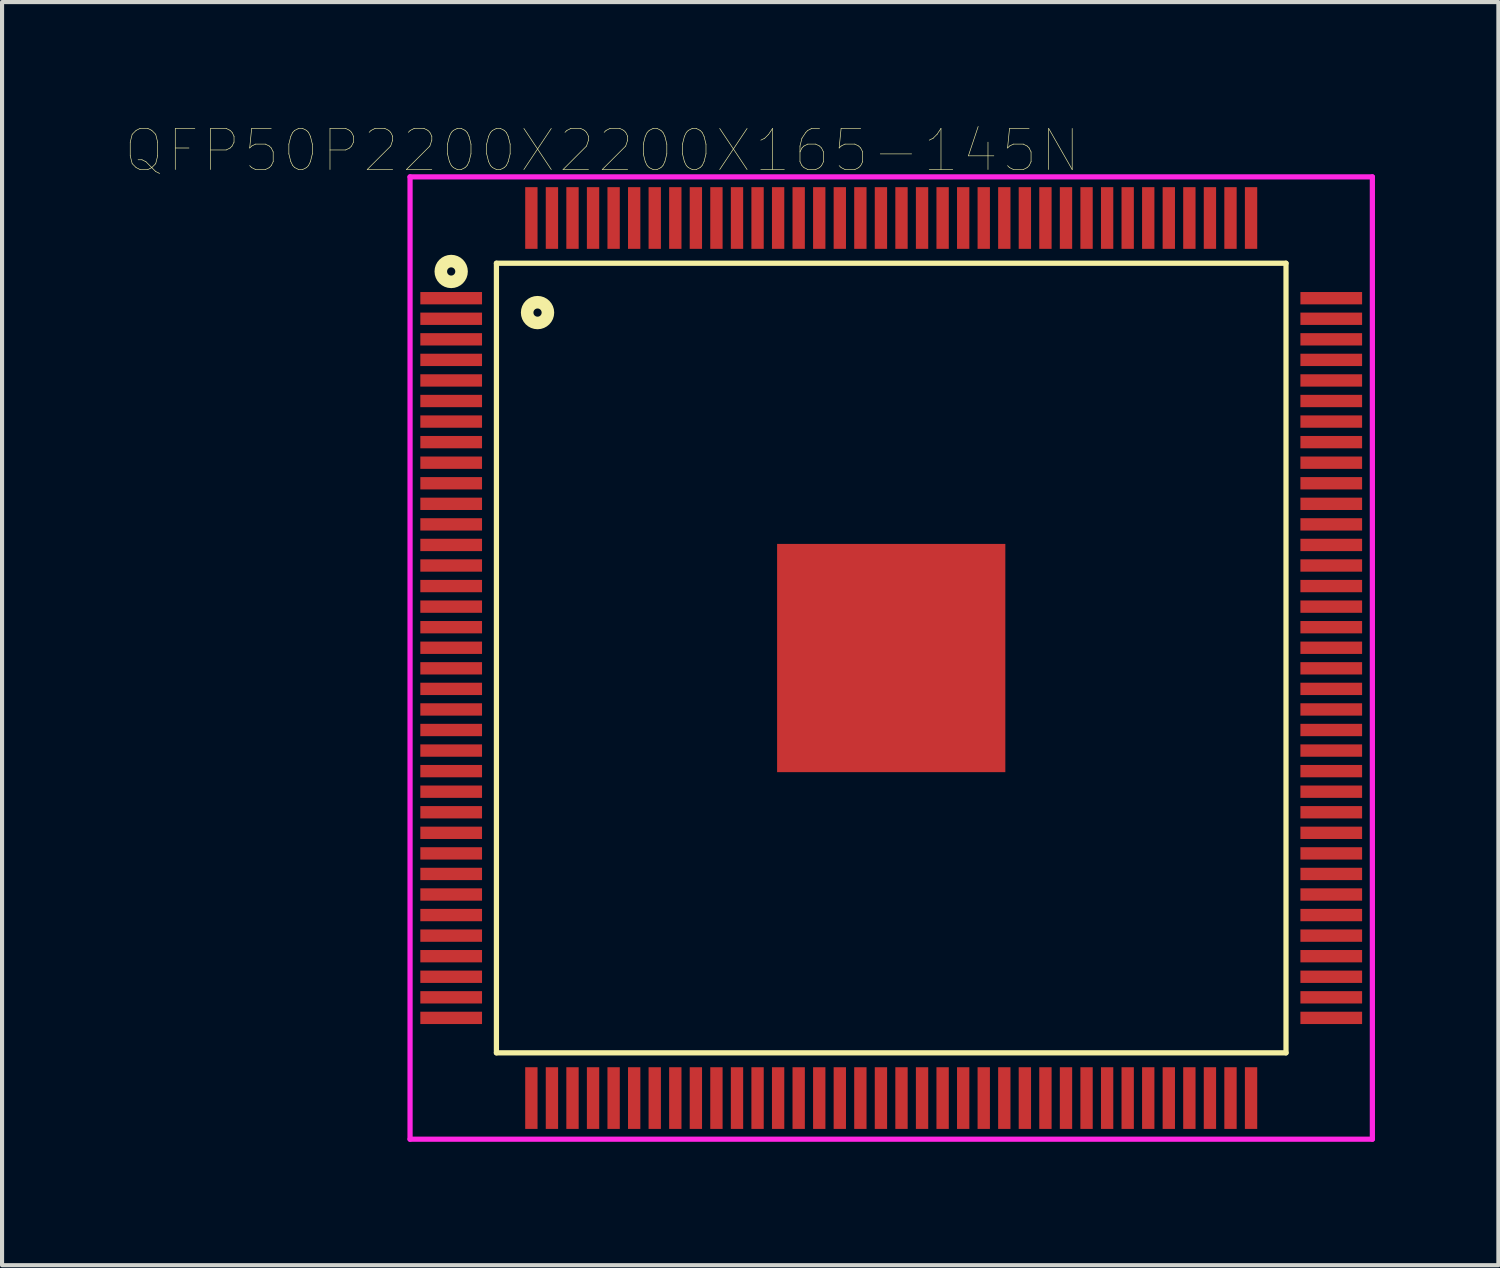
<source format=kicad_pcb>
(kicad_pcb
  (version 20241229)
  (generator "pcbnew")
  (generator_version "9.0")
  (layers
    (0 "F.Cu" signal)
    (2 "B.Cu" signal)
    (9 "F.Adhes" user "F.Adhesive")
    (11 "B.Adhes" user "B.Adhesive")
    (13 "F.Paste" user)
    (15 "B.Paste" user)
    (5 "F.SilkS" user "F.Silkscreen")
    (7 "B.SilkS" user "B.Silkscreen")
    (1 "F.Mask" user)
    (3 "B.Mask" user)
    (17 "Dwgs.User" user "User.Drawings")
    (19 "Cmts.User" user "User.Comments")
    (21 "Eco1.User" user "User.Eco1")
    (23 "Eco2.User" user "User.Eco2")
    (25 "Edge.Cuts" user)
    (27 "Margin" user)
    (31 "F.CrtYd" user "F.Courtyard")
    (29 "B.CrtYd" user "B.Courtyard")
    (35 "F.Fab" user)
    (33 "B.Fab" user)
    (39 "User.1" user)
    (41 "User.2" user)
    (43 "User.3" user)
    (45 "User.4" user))
  (footprint "QFP50P2200X2200X165-145N"
    (layer "F.Cu")
    (at 18.621 12.951)
    (property "Reference" "QFP50P2200X2200X165-145N" (at -7.028 -12.34 0) (layer "F.SilkS") (effects (font (size 1 1) (thickness 0.015))))
    (attr through_hole)
    (fp_line (start -9.6 -9.6) (end 9.6 -9.6) (stroke (width 0.127) (type solid)) (layer "F.SilkS"))
    (fp_line (start -9.6 9.6) (end -9.6 -9.6) (stroke (width 0.127) (type solid)) (layer "F.SilkS"))
    (fp_line (start 9.6 -9.6) (end 9.6 9.6) (stroke (width 0.127) (type solid)) (layer "F.SilkS"))
    (fp_line (start 9.6 9.6) (end -9.6 9.6) (stroke (width 0.127) (type solid)) (layer "F.SilkS"))
    (fp_circle (center -10.7 -9.4) (end -10.6 -9.4) (stroke (width 0.305) (type solid)) (fill no) (layer "F.SilkS"))
    (fp_circle (center -8.6 -8.4) (end -8.5 -8.4) (stroke (width 0.305) (type solid)) (fill no) (layer "F.SilkS"))
    (fp_circle (center -8.6 -8.4) (end -8.376 -8.4) (stroke (width 0.127) (type solid)) (fill no) (layer "F.SilkS"))
    (fp_circle (center -8.6 -8.4) (end -8.284 -8.4) (stroke (width 0.127) (type solid)) (fill no) (layer "F.SilkS"))
    (fp_poly (pts (xy -2.064 0.3) (xy -0.3 0.3) (xy -0.3 2.064) (xy -2.064 2.064)) (stroke (width 0.01) (type solid)) (fill yes) (layer "F.Paste"))
    (fp_poly (pts (xy -2.063 -2.06) (xy -0.3 -2.06) (xy -0.3 -0.3) (xy -2.063 -0.3)) (stroke (width 0.01) (type solid)) (fill yes) (layer "F.Paste"))
    (fp_poly (pts (xy 0.3 -2.06) (xy 2.06 -2.06) (xy 2.06 -0.3) (xy 0.3 -0.3)) (stroke (width 0.01) (type solid)) (fill yes) (layer "F.Paste"))
    (fp_poly (pts (xy 0.3 0.3) (xy 2.06 0.3) (xy 2.06 2.063) (xy 0.3 2.063)) (stroke (width 0.01) (type solid)) (fill yes) (layer "F.Paste"))
    (fp_line (start -11.7 -11.7) (end 11.7 -11.7) (stroke (width 0.127) (type solid)) (layer "F.CrtYd"))
    (fp_line (start -11.7 11.7) (end -11.7 -11.7) (stroke (width 0.127) (type solid)) (layer "F.CrtYd"))
    (fp_line (start 11.7 -11.7) (end 11.7 11.7) (stroke (width 0.127) (type solid)) (layer "F.CrtYd"))
    (fp_line (start 11.7 11.7) (end -11.7 11.7) (stroke (width 0.127) (type solid)) (layer "F.CrtYd"))
    (pad "1" smd rect (at -10.7 -8.75) (size 1.5 0.3) (layers "F.Cu" "F.Mask" "F.Paste"))
    (pad "2" smd rect (at -10.7 -8.25) (size 1.5 0.3) (layers "F.Cu" "F.Mask" "F.Paste"))
    (pad "3" smd rect (at -10.7 -7.75) (size 1.5 0.3) (layers "F.Cu" "F.Mask" "F.Paste"))
    (pad "4" smd rect (at -10.7 -7.25) (size 1.5 0.3) (layers "F.Cu" "F.Mask" "F.Paste"))
    (pad "5" smd rect (at -10.7 -6.75) (size 1.5 0.3) (layers "F.Cu" "F.Mask" "F.Paste"))
    (pad "6" smd rect (at -10.7 -6.25) (size 1.5 0.3) (layers "F.Cu" "F.Mask" "F.Paste"))
    (pad "7" smd rect (at -10.7 -5.75) (size 1.5 0.3) (layers "F.Cu" "F.Mask" "F.Paste"))
    (pad "8" smd rect (at -10.7 -5.25) (size 1.5 0.3) (layers "F.Cu" "F.Mask" "F.Paste"))
    (pad "9" smd rect (at -10.7 -4.75) (size 1.5 0.3) (layers "F.Cu" "F.Mask" "F.Paste"))
    (pad "10" smd rect (at -10.7 -4.25) (size 1.5 0.3) (layers "F.Cu" "F.Mask" "F.Paste"))
    (pad "11" smd rect (at -10.7 -3.75) (size 1.5 0.3) (layers "F.Cu" "F.Mask" "F.Paste"))
    (pad "12" smd rect (at -10.7 -3.25) (size 1.5 0.3) (layers "F.Cu" "F.Mask" "F.Paste"))
    (pad "13" smd rect (at -10.7 -2.75) (size 1.5 0.3) (layers "F.Cu" "F.Mask" "F.Paste"))
    (pad "14" smd rect (at -10.7 -2.25) (size 1.5 0.3) (layers "F.Cu" "F.Mask" "F.Paste"))
    (pad "15" smd rect (at -10.7 -1.75) (size 1.5 0.3) (layers "F.Cu" "F.Mask" "F.Paste"))
    (pad "16" smd rect (at -10.7 -1.25) (size 1.5 0.3) (layers "F.Cu" "F.Mask" "F.Paste"))
    (pad "17" smd rect (at -10.7 -0.75) (size 1.5 0.3) (layers "F.Cu" "F.Mask" "F.Paste"))
    (pad "18" smd rect (at -10.7 -0.25) (size 1.5 0.3) (layers "F.Cu" "F.Mask" "F.Paste"))
    (pad "19" smd rect (at -10.7 0.25) (size 1.5 0.3) (layers "F.Cu" "F.Mask" "F.Paste"))
    (pad "20" smd rect (at -10.7 0.75) (size 1.5 0.3) (layers "F.Cu" "F.Mask" "F.Paste"))
    (pad "21" smd rect (at -10.7 1.25) (size 1.5 0.3) (layers "F.Cu" "F.Mask" "F.Paste"))
    (pad "22" smd rect (at -10.7 1.75) (size 1.5 0.3) (layers "F.Cu" "F.Mask" "F.Paste"))
    (pad "23" smd rect (at -10.7 2.25) (size 1.5 0.3) (layers "F.Cu" "F.Mask" "F.Paste"))
    (pad "24" smd rect (at -10.7 2.75) (size 1.5 0.3) (layers "F.Cu" "F.Mask" "F.Paste"))
    (pad "25" smd rect (at -10.7 3.25) (size 1.5 0.3) (layers "F.Cu" "F.Mask" "F.Paste"))
    (pad "26" smd rect (at -10.7 3.75) (size 1.5 0.3) (layers "F.Cu" "F.Mask" "F.Paste"))
    (pad "27" smd rect (at -10.7 4.25) (size 1.5 0.3) (layers "F.Cu" "F.Mask" "F.Paste"))
    (pad "28" smd rect (at -10.7 4.75) (size 1.5 0.3) (layers "F.Cu" "F.Mask" "F.Paste"))
    (pad "29" smd rect (at -10.7 5.25) (size 1.5 0.3) (layers "F.Cu" "F.Mask" "F.Paste"))
    (pad "30" smd rect (at -10.7 5.75) (size 1.5 0.3) (layers "F.Cu" "F.Mask" "F.Paste"))
    (pad "31" smd rect (at -10.7 6.25) (size 1.5 0.3) (layers "F.Cu" "F.Mask" "F.Paste"))
    (pad "32" smd rect (at -10.7 6.75) (size 1.5 0.3) (layers "F.Cu" "F.Mask" "F.Paste"))
    (pad "33" smd rect (at -10.7 7.25) (size 1.5 0.3) (layers "F.Cu" "F.Mask" "F.Paste"))
    (pad "34" smd rect (at -10.7 7.75) (size 1.5 0.3) (layers "F.Cu" "F.Mask" "F.Paste"))
    (pad "35" smd rect (at -10.7 8.25) (size 1.5 0.3) (layers "F.Cu" "F.Mask" "F.Paste"))
    (pad "36" smd rect (at -10.7 8.75) (size 1.5 0.3) (layers "F.Cu" "F.Mask" "F.Paste"))
    (pad "37" smd rect (at -8.75 10.7) (size 0.3 1.5) (layers "F.Cu" "F.Mask" "F.Paste"))
    (pad "38" smd rect (at -8.25 10.7) (size 0.3 1.5) (layers "F.Cu" "F.Mask" "F.Paste"))
    (pad "39" smd rect (at -7.75 10.7) (size 0.3 1.5) (layers "F.Cu" "F.Mask" "F.Paste"))
    (pad "40" smd rect (at -7.25 10.7) (size 0.3 1.5) (layers "F.Cu" "F.Mask" "F.Paste"))
    (pad "41" smd rect (at -6.75 10.7) (size 0.3 1.5) (layers "F.Cu" "F.Mask" "F.Paste"))
    (pad "42" smd rect (at -6.25 10.7) (size 0.3 1.5) (layers "F.Cu" "F.Mask" "F.Paste"))
    (pad "43" smd rect (at -5.75 10.7) (size 0.3 1.5) (layers "F.Cu" "F.Mask" "F.Paste"))
    (pad "44" smd rect (at -5.25 10.7) (size 0.3 1.5) (layers "F.Cu" "F.Mask" "F.Paste"))
    (pad "45" smd rect (at -4.75 10.7) (size 0.3 1.5) (layers "F.Cu" "F.Mask" "F.Paste"))
    (pad "46" smd rect (at -4.25 10.7) (size 0.3 1.5) (layers "F.Cu" "F.Mask" "F.Paste"))
    (pad "47" smd rect (at -3.75 10.7) (size 0.3 1.5) (layers "F.Cu" "F.Mask" "F.Paste"))
    (pad "48" smd rect (at -3.25 10.7) (size 0.3 1.5) (layers "F.Cu" "F.Mask" "F.Paste"))
    (pad "49" smd rect (at -2.75 10.7) (size 0.3 1.5) (layers "F.Cu" "F.Mask" "F.Paste"))
    (pad "50" smd rect (at -2.25 10.7) (size 0.3 1.5) (layers "F.Cu" "F.Mask" "F.Paste"))
    (pad "51" smd rect (at -1.75 10.7) (size 0.3 1.5) (layers "F.Cu" "F.Mask" "F.Paste"))
    (pad "52" smd rect (at -1.25 10.7) (size 0.3 1.5) (layers "F.Cu" "F.Mask" "F.Paste"))
    (pad "53" smd rect (at -0.75 10.7) (size 0.3 1.5) (layers "F.Cu" "F.Mask" "F.Paste"))
    (pad "54" smd rect (at -0.25 10.7) (size 0.3 1.5) (layers "F.Cu" "F.Mask" "F.Paste"))
    (pad "55" smd rect (at 0.25 10.7) (size 0.3 1.5) (layers "F.Cu" "F.Mask" "F.Paste"))
    (pad "56" smd rect (at 0.75 10.7) (size 0.3 1.5) (layers "F.Cu" "F.Mask" "F.Paste"))
    (pad "57" smd rect (at 1.25 10.7) (size 0.3 1.5) (layers "F.Cu" "F.Mask" "F.Paste"))
    (pad "58" smd rect (at 1.75 10.7) (size 0.3 1.5) (layers "F.Cu" "F.Mask" "F.Paste"))
    (pad "59" smd rect (at 2.25 10.7) (size 0.3 1.5) (layers "F.Cu" "F.Mask" "F.Paste"))
    (pad "60" smd rect (at 2.75 10.7) (size 0.3 1.5) (layers "F.Cu" "F.Mask" "F.Paste"))
    (pad "61" smd rect (at 3.25 10.7) (size 0.3 1.5) (layers "F.Cu" "F.Mask" "F.Paste"))
    (pad "62" smd rect (at 3.75 10.7) (size 0.3 1.5) (layers "F.Cu" "F.Mask" "F.Paste"))
    (pad "63" smd rect (at 4.25 10.7) (size 0.3 1.5) (layers "F.Cu" "F.Mask" "F.Paste"))
    (pad "64" smd rect (at 4.75 10.7) (size 0.3 1.5) (layers "F.Cu" "F.Mask" "F.Paste"))
    (pad "65" smd rect (at 5.25 10.7) (size 0.3 1.5) (layers "F.Cu" "F.Mask" "F.Paste"))
    (pad "66" smd rect (at 5.75 10.7) (size 0.3 1.5) (layers "F.Cu" "F.Mask" "F.Paste"))
    (pad "67" smd rect (at 6.25 10.7) (size 0.3 1.5) (layers "F.Cu" "F.Mask" "F.Paste"))
    (pad "68" smd rect (at 6.75 10.7) (size 0.3 1.5) (layers "F.Cu" "F.Mask" "F.Paste"))
    (pad "69" smd rect (at 7.25 10.7) (size 0.3 1.5) (layers "F.Cu" "F.Mask" "F.Paste"))
    (pad "70" smd rect (at 7.75 10.7) (size 0.3 1.5) (layers "F.Cu" "F.Mask" "F.Paste"))
    (pad "71" smd rect (at 8.25 10.7) (size 0.3 1.5) (layers "F.Cu" "F.Mask" "F.Paste"))
    (pad "72" smd rect (at 8.75 10.7) (size 0.3 1.5) (layers "F.Cu" "F.Mask" "F.Paste"))
    (pad "73" smd rect (at 10.7 8.75) (size 1.5 0.3) (layers "F.Cu" "F.Mask" "F.Paste"))
    (pad "74" smd rect (at 10.7 8.25) (size 1.5 0.3) (layers "F.Cu" "F.Mask" "F.Paste"))
    (pad "75" smd rect (at 10.7 7.75) (size 1.5 0.3) (layers "F.Cu" "F.Mask" "F.Paste"))
    (pad "76" smd rect (at 10.7 7.25) (size 1.5 0.3) (layers "F.Cu" "F.Mask" "F.Paste"))
    (pad "77" smd rect (at 10.7 6.75) (size 1.5 0.3) (layers "F.Cu" "F.Mask" "F.Paste"))
    (pad "78" smd rect (at 10.7 6.25) (size 1.5 0.3) (layers "F.Cu" "F.Mask" "F.Paste"))
    (pad "79" smd rect (at 10.7 5.75) (size 1.5 0.3) (layers "F.Cu" "F.Mask" "F.Paste"))
    (pad "80" smd rect (at 10.7 5.25) (size 1.5 0.3) (layers "F.Cu" "F.Mask" "F.Paste"))
    (pad "81" smd rect (at 10.7 4.75) (size 1.5 0.3) (layers "F.Cu" "F.Mask" "F.Paste"))
    (pad "82" smd rect (at 10.7 4.25) (size 1.5 0.3) (layers "F.Cu" "F.Mask" "F.Paste"))
    (pad "83" smd rect (at 10.7 3.75) (size 1.5 0.3) (layers "F.Cu" "F.Mask" "F.Paste"))
    (pad "84" smd rect (at 10.7 3.25) (size 1.5 0.3) (layers "F.Cu" "F.Mask" "F.Paste"))
    (pad "85" smd rect (at 10.7 2.75) (size 1.5 0.3) (layers "F.Cu" "F.Mask" "F.Paste"))
    (pad "86" smd rect (at 10.7 2.25) (size 1.5 0.3) (layers "F.Cu" "F.Mask" "F.Paste"))
    (pad "87" smd rect (at 10.7 1.75) (size 1.5 0.3) (layers "F.Cu" "F.Mask" "F.Paste"))
    (pad "88" smd rect (at 10.7 1.25) (size 1.5 0.3) (layers "F.Cu" "F.Mask" "F.Paste"))
    (pad "89" smd rect (at 10.7 0.75) (size 1.5 0.3) (layers "F.Cu" "F.Mask" "F.Paste"))
    (pad "90" smd rect (at 10.7 0.25) (size 1.5 0.3) (layers "F.Cu" "F.Mask" "F.Paste"))
    (pad "91" smd rect (at 10.7 -0.25) (size 1.5 0.3) (layers "F.Cu" "F.Mask" "F.Paste"))
    (pad "92" smd rect (at 10.7 -0.75) (size 1.5 0.3) (layers "F.Cu" "F.Mask" "F.Paste"))
    (pad "93" smd rect (at 10.7 -1.25) (size 1.5 0.3) (layers "F.Cu" "F.Mask" "F.Paste"))
    (pad "94" smd rect (at 10.7 -1.75) (size 1.5 0.3) (layers "F.Cu" "F.Mask" "F.Paste"))
    (pad "95" smd rect (at 10.7 -2.25) (size 1.5 0.3) (layers "F.Cu" "F.Mask" "F.Paste"))
    (pad "96" smd rect (at 10.7 -2.75) (size 1.5 0.3) (layers "F.Cu" "F.Mask" "F.Paste"))
    (pad "97" smd rect (at 10.7 -3.25) (size 1.5 0.3) (layers "F.Cu" "F.Mask" "F.Paste"))
    (pad "98" smd rect (at 10.7 -3.75) (size 1.5 0.3) (layers "F.Cu" "F.Mask" "F.Paste"))
    (pad "99" smd rect (at 10.7 -4.25) (size 1.5 0.3) (layers "F.Cu" "F.Mask" "F.Paste"))
    (pad "100" smd rect (at 10.7 -4.75) (size 1.5 0.3) (layers "F.Cu" "F.Mask" "F.Paste"))
    (pad "101" smd rect (at 10.7 -5.25) (size 1.5 0.3) (layers "F.Cu" "F.Mask" "F.Paste"))
    (pad "102" smd rect (at 10.7 -5.75) (size 1.5 0.3) (layers "F.Cu" "F.Mask" "F.Paste"))
    (pad "103" smd rect (at 10.7 -6.25) (size 1.5 0.3) (layers "F.Cu" "F.Mask" "F.Paste"))
    (pad "104" smd rect (at 10.7 -6.75) (size 1.5 0.3) (layers "F.Cu" "F.Mask" "F.Paste"))
    (pad "105" smd rect (at 10.7 -7.25) (size 1.5 0.3) (layers "F.Cu" "F.Mask" "F.Paste"))
    (pad "106" smd rect (at 10.7 -7.75) (size 1.5 0.3) (layers "F.Cu" "F.Mask" "F.Paste"))
    (pad "107" smd rect (at 10.7 -8.25) (size 1.5 0.3) (layers "F.Cu" "F.Mask" "F.Paste"))
    (pad "108" smd rect (at 10.7 -8.75) (size 1.5 0.3) (layers "F.Cu" "F.Mask" "F.Paste"))
    (pad "109" smd rect (at 8.75 -10.7) (size 0.3 1.5) (layers "F.Cu" "F.Mask" "F.Paste"))
    (pad "110" smd rect (at 8.25 -10.7) (size 0.3 1.5) (layers "F.Cu" "F.Mask" "F.Paste"))
    (pad "111" smd rect (at 7.75 -10.7) (size 0.3 1.5) (layers "F.Cu" "F.Mask" "F.Paste"))
    (pad "112" smd rect (at 7.25 -10.7) (size 0.3 1.5) (layers "F.Cu" "F.Mask" "F.Paste"))
    (pad "113" smd rect (at 6.75 -10.7) (size 0.3 1.5) (layers "F.Cu" "F.Mask" "F.Paste"))
    (pad "114" smd rect (at 6.25 -10.7) (size 0.3 1.5) (layers "F.Cu" "F.Mask" "F.Paste"))
    (pad "115" smd rect (at 5.75 -10.7) (size 0.3 1.5) (layers "F.Cu" "F.Mask" "F.Paste"))
    (pad "116" smd rect (at 5.25 -10.7) (size 0.3 1.5) (layers "F.Cu" "F.Mask" "F.Paste"))
    (pad "117" smd rect (at 4.75 -10.7) (size 0.3 1.5) (layers "F.Cu" "F.Mask" "F.Paste"))
    (pad "118" smd rect (at 4.25 -10.7) (size 0.3 1.5) (layers "F.Cu" "F.Mask" "F.Paste"))
    (pad "119" smd rect (at 3.75 -10.7) (size 0.3 1.5) (layers "F.Cu" "F.Mask" "F.Paste"))
    (pad "120" smd rect (at 3.25 -10.7) (size 0.3 1.5) (layers "F.Cu" "F.Mask" "F.Paste"))
    (pad "121" smd rect (at 2.75 -10.7) (size 0.3 1.5) (layers "F.Cu" "F.Mask" "F.Paste"))
    (pad "122" smd rect (at 2.25 -10.7) (size 0.3 1.5) (layers "F.Cu" "F.Mask" "F.Paste"))
    (pad "123" smd rect (at 1.75 -10.7) (size 0.3 1.5) (layers "F.Cu" "F.Mask" "F.Paste"))
    (pad "124" smd rect (at 1.25 -10.7) (size 0.3 1.5) (layers "F.Cu" "F.Mask" "F.Paste"))
    (pad "125" smd rect (at 0.75 -10.7) (size 0.3 1.5) (layers "F.Cu" "F.Mask" "F.Paste"))
    (pad "126" smd rect (at 0.25 -10.7) (size 0.3 1.5) (layers "F.Cu" "F.Mask" "F.Paste"))
    (pad "127" smd rect (at -0.25 -10.7) (size 0.3 1.5) (layers "F.Cu" "F.Mask" "F.Paste"))
    (pad "128" smd rect (at -0.75 -10.7) (size 0.3 1.5) (layers "F.Cu" "F.Mask" "F.Paste"))
    (pad "129" smd rect (at -1.25 -10.7) (size 0.3 1.5) (layers "F.Cu" "F.Mask" "F.Paste"))
    (pad "130" smd rect (at -1.75 -10.7) (size 0.3 1.5) (layers "F.Cu" "F.Mask" "F.Paste"))
    (pad "131" smd rect (at -2.25 -10.7) (size 0.3 1.5) (layers "F.Cu" "F.Mask" "F.Paste"))
    (pad "132" smd rect (at -2.75 -10.7) (size 0.3 1.5) (layers "F.Cu" "F.Mask" "F.Paste"))
    (pad "133" smd rect (at -3.25 -10.7) (size 0.3 1.5) (layers "F.Cu" "F.Mask" "F.Paste"))
    (pad "134" smd rect (at -3.75 -10.7) (size 0.3 1.5) (layers "F.Cu" "F.Mask" "F.Paste"))
    (pad "135" smd rect (at -4.25 -10.7) (size 0.3 1.5) (layers "F.Cu" "F.Mask" "F.Paste"))
    (pad "136" smd rect (at -4.75 -10.7) (size 0.3 1.5) (layers "F.Cu" "F.Mask" "F.Paste"))
    (pad "137" smd rect (at -5.25 -10.7) (size 0.3 1.5) (layers "F.Cu" "F.Mask" "F.Paste"))
    (pad "138" smd rect (at -5.75 -10.7) (size 0.3 1.5) (layers "F.Cu" "F.Mask" "F.Paste"))
    (pad "139" smd rect (at -6.25 -10.7) (size 0.3 1.5) (layers "F.Cu" "F.Mask" "F.Paste"))
    (pad "140" smd rect (at -6.75 -10.7) (size 0.3 1.5) (layers "F.Cu" "F.Mask" "F.Paste"))
    (pad "141" smd rect (at -7.25 -10.7) (size 0.3 1.5) (layers "F.Cu" "F.Mask" "F.Paste"))
    (pad "142" smd rect (at -7.75 -10.7) (size 0.3 1.5) (layers "F.Cu" "F.Mask" "F.Paste"))
    (pad "143" smd rect (at -8.25 -10.7) (size 0.3 1.5) (layers "F.Cu" "F.Mask" "F.Paste"))
    (pad "144" smd rect (at -8.75 -10.7) (size 0.3 1.5) (layers "F.Cu" "F.Mask" "F.Paste"))
    (pad "145" smd rect (at 0 0) (size 5.55 5.55) (layers "F.Cu" "F.Mask")))
  (gr_rect
    (start -3 -3)
    (end 33.385 27.715)
    (stroke (width 0.1) (type default))
    (fill no)
    (layer "Edge.Cuts")))
</source>
